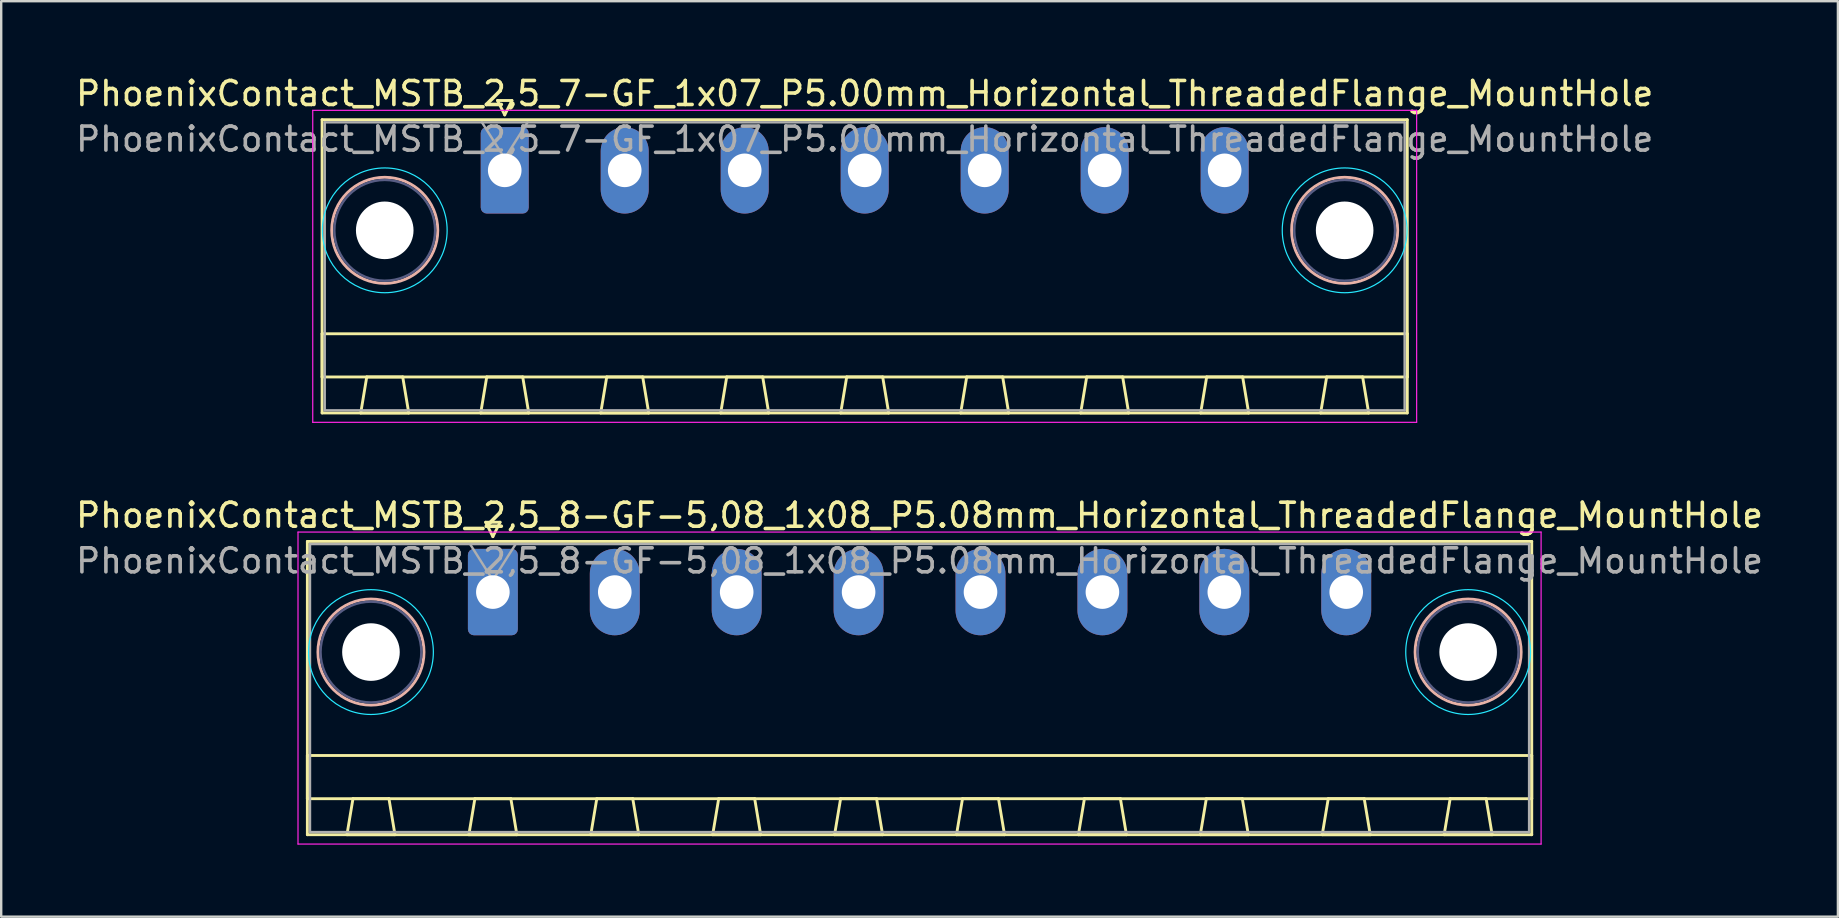
<source format=kicad_pcb>
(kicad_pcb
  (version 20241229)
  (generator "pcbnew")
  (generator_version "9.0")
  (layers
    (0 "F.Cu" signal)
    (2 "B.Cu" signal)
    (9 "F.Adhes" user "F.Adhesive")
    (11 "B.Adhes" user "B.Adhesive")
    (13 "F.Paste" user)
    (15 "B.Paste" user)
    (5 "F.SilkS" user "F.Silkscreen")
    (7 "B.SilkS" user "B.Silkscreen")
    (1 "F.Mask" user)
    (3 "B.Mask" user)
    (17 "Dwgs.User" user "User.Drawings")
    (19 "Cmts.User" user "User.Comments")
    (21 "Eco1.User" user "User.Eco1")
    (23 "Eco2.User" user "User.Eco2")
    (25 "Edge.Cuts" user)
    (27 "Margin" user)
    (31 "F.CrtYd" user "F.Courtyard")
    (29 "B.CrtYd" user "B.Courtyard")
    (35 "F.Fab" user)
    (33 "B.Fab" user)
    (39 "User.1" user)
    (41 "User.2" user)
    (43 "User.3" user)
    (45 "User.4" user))
  (footprint "PhoenixContact_MSTB_2,5_7-GF_1x07_P5.00mm_Horizontal_ThreadedFlange_MountHole"
    (layer "F.Cu")
    (at 17.982 4.048)
    (property "Reference" "PhoenixContact_MSTB_2,5_7-GF_1x07_P5.00mm_Horizontal_ThreadedFlange_MountHole" (at 15 -3.2 0) (layer "F.SilkS") (effects (font (size 1 1) (thickness 0.15))))
    (attr through_hole)
    (fp_line (start -7.61 -2.11) (end -7.61 10.11) (stroke (width 0.12) (type solid)) (layer "F.SilkS"))
    (fp_line (start -7.61 6.81) (end 37.61 6.81) (stroke (width 0.12) (type solid)) (layer "F.SilkS"))
    (fp_line (start -7.61 8.61) (end -7.61 6.81) (stroke (width 0.12) (type solid)) (layer "F.SilkS"))
    (fp_line (start -7.61 10.11) (end 37.61 10.11) (stroke (width 0.12) (type solid)) (layer "F.SilkS"))
    (fp_line (start -6 10.11) (end -4 10.11) (stroke (width 0.12) (type solid)) (layer "F.SilkS"))
    (fp_line (start -5.75 8.61) (end -6 10.11) (stroke (width 0.12) (type solid)) (layer "F.SilkS"))
    (fp_line (start -4.25 8.61) (end -5.75 8.61) (stroke (width 0.12) (type solid)) (layer "F.SilkS"))
    (fp_line (start -4 10.11) (end -4.25 8.61) (stroke (width 0.12) (type solid)) (layer "F.SilkS"))
    (fp_line (start -1 10.11) (end 1 10.11) (stroke (width 0.12) (type solid)) (layer "F.SilkS"))
    (fp_line (start -0.75 8.61) (end -1 10.11) (stroke (width 0.12) (type solid)) (layer "F.SilkS"))
    (fp_line (start -0.3 -2.91) (end 0.3 -2.91) (stroke (width 0.12) (type solid)) (layer "F.SilkS"))
    (fp_line (start 0 -2.31) (end -0.3 -2.91) (stroke (width 0.12) (type solid)) (layer "F.SilkS"))
    (fp_line (start 0.3 -2.91) (end 0 -2.31) (stroke (width 0.12) (type solid)) (layer "F.SilkS"))
    (fp_line (start 0.75 8.61) (end -0.75 8.61) (stroke (width 0.12) (type solid)) (layer "F.SilkS"))
    (fp_line (start 1 10.11) (end 0.75 8.61) (stroke (width 0.12) (type solid)) (layer "F.SilkS"))
    (fp_line (start 4 10.11) (end 6 10.11) (stroke (width 0.12) (type solid)) (layer "F.SilkS"))
    (fp_line (start 4.25 8.61) (end 4 10.11) (stroke (width 0.12) (type solid)) (layer "F.SilkS"))
    (fp_line (start 5.75 8.61) (end 4.25 8.61) (stroke (width 0.12) (type solid)) (layer "F.SilkS"))
    (fp_line (start 6 10.11) (end 5.75 8.61) (stroke (width 0.12) (type solid)) (layer "F.SilkS"))
    (fp_line (start 9 10.11) (end 11 10.11) (stroke (width 0.12) (type solid)) (layer "F.SilkS"))
    (fp_line (start 9.25 8.61) (end 9 10.11) (stroke (width 0.12) (type solid)) (layer "F.SilkS"))
    (fp_line (start 10.75 8.61) (end 9.25 8.61) (stroke (width 0.12) (type solid)) (layer "F.SilkS"))
    (fp_line (start 11 10.11) (end 10.75 8.61) (stroke (width 0.12) (type solid)) (layer "F.SilkS"))
    (fp_line (start 14 10.11) (end 16 10.11) (stroke (width 0.12) (type solid)) (layer "F.SilkS"))
    (fp_line (start 14.25 8.61) (end 14 10.11) (stroke (width 0.12) (type solid)) (layer "F.SilkS"))
    (fp_line (start 15.75 8.61) (end 14.25 8.61) (stroke (width 0.12) (type solid)) (layer "F.SilkS"))
    (fp_line (start 16 10.11) (end 15.75 8.61) (stroke (width 0.12) (type solid)) (layer "F.SilkS"))
    (fp_line (start 19 10.11) (end 21 10.11) (stroke (width 0.12) (type solid)) (layer "F.SilkS"))
    (fp_line (start 19.25 8.61) (end 19 10.11) (stroke (width 0.12) (type solid)) (layer "F.SilkS"))
    (fp_line (start 20.75 8.61) (end 19.25 8.61) (stroke (width 0.12) (type solid)) (layer "F.SilkS"))
    (fp_line (start 21 10.11) (end 20.75 8.61) (stroke (width 0.12) (type solid)) (layer "F.SilkS"))
    (fp_line (start 24 10.11) (end 26 10.11) (stroke (width 0.12) (type solid)) (layer "F.SilkS"))
    (fp_line (start 24.25 8.61) (end 24 10.11) (stroke (width 0.12) (type solid)) (layer "F.SilkS"))
    (fp_line (start 25.75 8.61) (end 24.25 8.61) (stroke (width 0.12) (type solid)) (layer "F.SilkS"))
    (fp_line (start 26 10.11) (end 25.75 8.61) (stroke (width 0.12) (type solid)) (layer "F.SilkS"))
    (fp_line (start 29 10.11) (end 31 10.11) (stroke (width 0.12) (type solid)) (layer "F.SilkS"))
    (fp_line (start 29.25 8.61) (end 29 10.11) (stroke (width 0.12) (type solid)) (layer "F.SilkS"))
    (fp_line (start 30.75 8.61) (end 29.25 8.61) (stroke (width 0.12) (type solid)) (layer "F.SilkS"))
    (fp_line (start 31 10.11) (end 30.75 8.61) (stroke (width 0.12) (type solid)) (layer "F.SilkS"))
    (fp_line (start 34 10.11) (end 36 10.11) (stroke (width 0.12) (type solid)) (layer "F.SilkS"))
    (fp_line (start 34.25 8.61) (end 34 10.11) (stroke (width 0.12) (type solid)) (layer "F.SilkS"))
    (fp_line (start 35.75 8.61) (end 34.25 8.61) (stroke (width 0.12) (type solid)) (layer "F.SilkS"))
    (fp_line (start 36 10.11) (end 35.75 8.61) (stroke (width 0.12) (type solid)) (layer "F.SilkS"))
    (fp_line (start 37.61 -2.11) (end -7.61 -2.11) (stroke (width 0.12) (type solid)) (layer "F.SilkS"))
    (fp_line (start 37.61 6.81) (end 37.61 8.61) (stroke (width 0.12) (type solid)) (layer "F.SilkS"))
    (fp_line (start 37.61 8.61) (end -7.61 8.61) (stroke (width 0.12) (type solid)) (layer "F.SilkS"))
    (fp_line (start 37.61 10.11) (end 37.61 -2.11) (stroke (width 0.12) (type solid)) (layer "F.SilkS"))
    (fp_circle (center -5 2.5) (end -2.79 2.5) (stroke (width 0.12) (type solid)) (fill no) (layer "B.SilkS"))
    (fp_circle (center 35 2.5) (end 37.21 2.5) (stroke (width 0.12) (type solid)) (fill no) (layer "B.SilkS"))
    (fp_circle (center -5 2.5) (end -2.4 2.5) (stroke (width 0.05) (type solid)) (fill no) (layer "B.CrtYd"))
    (fp_circle (center 35 2.5) (end 37.6 2.5) (stroke (width 0.05) (type solid)) (fill no) (layer "B.CrtYd"))
    (fp_line (start -8 -2.5) (end -8 10.5) (stroke (width 0.05) (type solid)) (layer "F.CrtYd"))
    (fp_line (start -8 10.5) (end 38 10.5) (stroke (width 0.05) (type solid)) (layer "F.CrtYd"))
    (fp_line (start 38 -2.5) (end -8 -2.5) (stroke (width 0.05) (type solid)) (layer "F.CrtYd"))
    (fp_line (start 38 10.5) (end 38 -2.5) (stroke (width 0.05) (type solid)) (layer "F.CrtYd"))
    (fp_circle (center -5 2.5) (end -2.9 2.5) (stroke (width 0.1) (type solid)) (fill no) (layer "B.Fab"))
    (fp_circle (center 35 2.5) (end 37.1 2.5) (stroke (width 0.1) (type solid)) (fill no) (layer "B.Fab"))
    (fp_line (start -7.5 -2) (end -7.5 10) (stroke (width 0.1) (type solid)) (layer "F.Fab"))
    (fp_line (start -7.5 10) (end 37.5 10) (stroke (width 0.1) (type solid)) (layer "F.Fab"))
    (fp_line (start 0 -0.5) (end -0.95 -2) (stroke (width 0.1) (type solid)) (layer "F.Fab"))
    (fp_line (start 0.95 -2) (end 0 -0.5) (stroke (width 0.1) (type solid)) (layer "F.Fab"))
    (fp_line (start 37.5 -2) (end -7.5 -2) (stroke (width 0.1) (type solid)) (layer "F.Fab"))
    (fp_line (start 37.5 10) (end 37.5 -2) (stroke (width 0.1) (type solid)) (layer "F.Fab"))
    (fp_text user "${REFERENCE}" (at 15 -1.3 0) (layer "F.Fab") (effects (font (size 1 1) (thickness 0.15))))
    (pad "" np_thru_hole circle (at -5 2.5) (size 2.4 2.4) (drill 2.4) (layers "*.Cu" "*.Mask"))
    (pad "" np_thru_hole circle (at 35 2.5) (size 2.4 2.4) (drill 2.4) (layers "*.Cu" "*.Mask"))
    (pad "1" thru_hole roundrect (at 0 0) (size 2 3.6) (drill 1.4) (layers "*.Cu" "*.Mask") (roundrect_rratio 0.125))
    (pad "2" thru_hole oval (at 5 0) (size 2 3.6) (drill 1.4) (layers "*.Cu" "*.Mask"))
    (pad "3" thru_hole oval (at 10 0) (size 2 3.6) (drill 1.4) (layers "*.Cu" "*.Mask"))
    (pad "4" thru_hole oval (at 15 0) (size 2 3.6) (drill 1.4) (layers "*.Cu" "*.Mask"))
    (pad "5" thru_hole oval (at 20 0) (size 2 3.6) (drill 1.4) (layers "*.Cu" "*.Mask"))
    (pad "6" thru_hole oval (at 25 0) (size 2 3.6) (drill 1.4) (layers "*.Cu" "*.Mask"))
    (pad "7" thru_hole oval (at 30 0) (size 2 3.6) (drill 1.4) (layers "*.Cu" "*.Mask")))
  (footprint "PhoenixContact_MSTB_2,5_8-GF-5,08_1x08_P5.08mm_Horizontal_ThreadedFlange_MountHole"
    (layer "F.Cu")
    (at 17.488 21.622)
    (property "Reference" "PhoenixContact_MSTB_2,5_8-GF-5,08_1x08_P5.08mm_Horizontal_ThreadedFlange_MountHole" (at 17.78 -3.2 0) (layer "F.SilkS") (effects (font (size 1 1) (thickness 0.15))))
    (attr through_hole)
    (fp_line (start -7.73 -2.11) (end -7.73 10.11) (stroke (width 0.12) (type solid)) (layer "F.SilkS"))
    (fp_line (start -7.73 6.81) (end 43.29 6.81) (stroke (width 0.12) (type solid)) (layer "F.SilkS"))
    (fp_line (start -7.73 8.61) (end -7.73 6.81) (stroke (width 0.12) (type solid)) (layer "F.SilkS"))
    (fp_line (start -7.73 10.11) (end 43.29 10.11) (stroke (width 0.12) (type solid)) (layer "F.SilkS"))
    (fp_line (start -6.08 10.11) (end -4.08 10.11) (stroke (width 0.12) (type solid)) (layer "F.SilkS"))
    (fp_line (start -5.83 8.61) (end -6.08 10.11) (stroke (width 0.12) (type solid)) (layer "F.SilkS"))
    (fp_line (start -4.33 8.61) (end -5.83 8.61) (stroke (width 0.12) (type solid)) (layer "F.SilkS"))
    (fp_line (start -4.08 10.11) (end -4.33 8.61) (stroke (width 0.12) (type solid)) (layer "F.SilkS"))
    (fp_line (start -1 10.11) (end 1 10.11) (stroke (width 0.12) (type solid)) (layer "F.SilkS"))
    (fp_line (start -0.75 8.61) (end -1 10.11) (stroke (width 0.12) (type solid)) (layer "F.SilkS"))
    (fp_line (start -0.3 -2.91) (end 0.3 -2.91) (stroke (width 0.12) (type solid)) (layer "F.SilkS"))
    (fp_line (start 0 -2.31) (end -0.3 -2.91) (stroke (width 0.12) (type solid)) (layer "F.SilkS"))
    (fp_line (start 0.3 -2.91) (end 0 -2.31) (stroke (width 0.12) (type solid)) (layer "F.SilkS"))
    (fp_line (start 0.75 8.61) (end -0.75 8.61) (stroke (width 0.12) (type solid)) (layer "F.SilkS"))
    (fp_line (start 1 10.11) (end 0.75 8.61) (stroke (width 0.12) (type solid)) (layer "F.SilkS"))
    (fp_line (start 4.08 10.11) (end 6.08 10.11) (stroke (width 0.12) (type solid)) (layer "F.SilkS"))
    (fp_line (start 4.33 8.61) (end 4.08 10.11) (stroke (width 0.12) (type solid)) (layer "F.SilkS"))
    (fp_line (start 5.83 8.61) (end 4.33 8.61) (stroke (width 0.12) (type solid)) (layer "F.SilkS"))
    (fp_line (start 6.08 10.11) (end 5.83 8.61) (stroke (width 0.12) (type solid)) (layer "F.SilkS"))
    (fp_line (start 9.16 10.11) (end 11.16 10.11) (stroke (width 0.12) (type solid)) (layer "F.SilkS"))
    (fp_line (start 9.41 8.61) (end 9.16 10.11) (stroke (width 0.12) (type solid)) (layer "F.SilkS"))
    (fp_line (start 10.91 8.61) (end 9.41 8.61) (stroke (width 0.12) (type solid)) (layer "F.SilkS"))
    (fp_line (start 11.16 10.11) (end 10.91 8.61) (stroke (width 0.12) (type solid)) (layer "F.SilkS"))
    (fp_line (start 14.24 10.11) (end 16.24 10.11) (stroke (width 0.12) (type solid)) (layer "F.SilkS"))
    (fp_line (start 14.49 8.61) (end 14.24 10.11) (stroke (width 0.12) (type solid)) (layer "F.SilkS"))
    (fp_line (start 15.99 8.61) (end 14.49 8.61) (stroke (width 0.12) (type solid)) (layer "F.SilkS"))
    (fp_line (start 16.24 10.11) (end 15.99 8.61) (stroke (width 0.12) (type solid)) (layer "F.SilkS"))
    (fp_line (start 19.32 10.11) (end 21.32 10.11) (stroke (width 0.12) (type solid)) (layer "F.SilkS"))
    (fp_line (start 19.57 8.61) (end 19.32 10.11) (stroke (width 0.12) (type solid)) (layer "F.SilkS"))
    (fp_line (start 21.07 8.61) (end 19.57 8.61) (stroke (width 0.12) (type solid)) (layer "F.SilkS"))
    (fp_line (start 21.32 10.11) (end 21.07 8.61) (stroke (width 0.12) (type solid)) (layer "F.SilkS"))
    (fp_line (start 24.4 10.11) (end 26.4 10.11) (stroke (width 0.12) (type solid)) (layer "F.SilkS"))
    (fp_line (start 24.65 8.61) (end 24.4 10.11) (stroke (width 0.12) (type solid)) (layer "F.SilkS"))
    (fp_line (start 26.15 8.61) (end 24.65 8.61) (stroke (width 0.12) (type solid)) (layer "F.SilkS"))
    (fp_line (start 26.4 10.11) (end 26.15 8.61) (stroke (width 0.12) (type solid)) (layer "F.SilkS"))
    (fp_line (start 29.48 10.11) (end 31.48 10.11) (stroke (width 0.12) (type solid)) (layer "F.SilkS"))
    (fp_line (start 29.73 8.61) (end 29.48 10.11) (stroke (width 0.12) (type solid)) (layer "F.SilkS"))
    (fp_line (start 31.23 8.61) (end 29.73 8.61) (stroke (width 0.12) (type solid)) (layer "F.SilkS"))
    (fp_line (start 31.48 10.11) (end 31.23 8.61) (stroke (width 0.12) (type solid)) (layer "F.SilkS"))
    (fp_line (start 34.56 10.11) (end 36.56 10.11) (stroke (width 0.12) (type solid)) (layer "F.SilkS"))
    (fp_line (start 34.81 8.61) (end 34.56 10.11) (stroke (width 0.12) (type solid)) (layer "F.SilkS"))
    (fp_line (start 36.31 8.61) (end 34.81 8.61) (stroke (width 0.12) (type solid)) (layer "F.SilkS"))
    (fp_line (start 36.56 10.11) (end 36.31 8.61) (stroke (width 0.12) (type solid)) (layer "F.SilkS"))
    (fp_line (start 39.64 10.11) (end 41.64 10.11) (stroke (width 0.12) (type solid)) (layer "F.SilkS"))
    (fp_line (start 39.89 8.61) (end 39.64 10.11) (stroke (width 0.12) (type solid)) (layer "F.SilkS"))
    (fp_line (start 41.39 8.61) (end 39.89 8.61) (stroke (width 0.12) (type solid)) (layer "F.SilkS"))
    (fp_line (start 41.64 10.11) (end 41.39 8.61) (stroke (width 0.12) (type solid)) (layer "F.SilkS"))
    (fp_line (start 43.29 -2.11) (end -7.73 -2.11) (stroke (width 0.12) (type solid)) (layer "F.SilkS"))
    (fp_line (start 43.29 6.81) (end 43.29 8.61) (stroke (width 0.12) (type solid)) (layer "F.SilkS"))
    (fp_line (start 43.29 8.61) (end -7.73 8.61) (stroke (width 0.12) (type solid)) (layer "F.SilkS"))
    (fp_line (start 43.29 10.11) (end 43.29 -2.11) (stroke (width 0.12) (type solid)) (layer "F.SilkS"))
    (fp_circle (center -5.08 2.5) (end -2.87 2.5) (stroke (width 0.12) (type solid)) (fill no) (layer "B.SilkS"))
    (fp_circle (center 40.64 2.5) (end 42.85 2.5) (stroke (width 0.12) (type solid)) (fill no) (layer "B.SilkS"))
    (fp_circle (center -5.08 2.5) (end -2.48 2.5) (stroke (width 0.05) (type solid)) (fill no) (layer "B.CrtYd"))
    (fp_circle (center 40.64 2.5) (end 43.24 2.5) (stroke (width 0.05) (type solid)) (fill no) (layer "B.CrtYd"))
    (fp_line (start -8.12 -2.5) (end -8.12 10.5) (stroke (width 0.05) (type solid)) (layer "F.CrtYd"))
    (fp_line (start -8.12 10.5) (end 43.68 10.5) (stroke (width 0.05) (type solid)) (layer "F.CrtYd"))
    (fp_line (start 43.68 -2.5) (end -8.12 -2.5) (stroke (width 0.05) (type solid)) (layer "F.CrtYd"))
    (fp_line (start 43.68 10.5) (end 43.68 -2.5) (stroke (width 0.05) (type solid)) (layer "F.CrtYd"))
    (fp_circle (center -5.08 2.5) (end -2.98 2.5) (stroke (width 0.1) (type solid)) (fill no) (layer "B.Fab"))
    (fp_circle (center 40.64 2.5) (end 42.74 2.5) (stroke (width 0.1) (type solid)) (fill no) (layer "B.Fab"))
    (fp_line (start -7.62 -2) (end -7.62 10) (stroke (width 0.1) (type solid)) (layer "F.Fab"))
    (fp_line (start -7.62 10) (end 43.18 10) (stroke (width 0.1) (type solid)) (layer "F.Fab"))
    (fp_line (start 0 -0.5) (end -0.95 -2) (stroke (width 0.1) (type solid)) (layer "F.Fab"))
    (fp_line (start 0.95 -2) (end 0 -0.5) (stroke (width 0.1) (type solid)) (layer "F.Fab"))
    (fp_line (start 43.18 -2) (end -7.62 -2) (stroke (width 0.1) (type solid)) (layer "F.Fab"))
    (fp_line (start 43.18 10) (end 43.18 -2) (stroke (width 0.1) (type solid)) (layer "F.Fab"))
    (fp_text user "${REFERENCE}" (at 17.78 -1.3 0) (layer "F.Fab") (effects (font (size 1 1) (thickness 0.15))))
    (pad "" np_thru_hole circle (at -5.08 2.5) (size 2.4 2.4) (drill 2.4) (layers "*.Cu" "*.Mask"))
    (pad "" np_thru_hole circle (at 40.64 2.5) (size 2.4 2.4) (drill 2.4) (layers "*.Cu" "*.Mask"))
    (pad "1" thru_hole roundrect (at 0 0) (size 2.08 3.6) (drill 1.4) (layers "*.Cu" "*.Mask") (roundrect_rratio 0.12))
    (pad "2" thru_hole oval (at 5.08 0) (size 2.08 3.6) (drill 1.4) (layers "*.Cu" "*.Mask"))
    (pad "3" thru_hole oval (at 10.16 0) (size 2.08 3.6) (drill 1.4) (layers "*.Cu" "*.Mask"))
    (pad "4" thru_hole oval (at 15.24 0) (size 2.08 3.6) (drill 1.4) (layers "*.Cu" "*.Mask"))
    (pad "5" thru_hole oval (at 20.32 0) (size 2.08 3.6) (drill 1.4) (layers "*.Cu" "*.Mask"))
    (pad "6" thru_hole oval (at 25.4 0) (size 2.08 3.6) (drill 1.4) (layers "*.Cu" "*.Mask"))
    (pad "7" thru_hole oval (at 30.48 0) (size 2.08 3.6) (drill 1.4) (layers "*.Cu" "*.Mask"))
    (pad "8" thru_hole oval (at 35.56 0) (size 2.08 3.6) (drill 1.4) (layers "*.Cu" "*.Mask")))
  (gr_rect
    (start -3 -3)
    (end 73.536 35.147)
    (stroke (width 0.1) (type default))
    (fill no)
    (layer "Edge.Cuts")))
</source>
